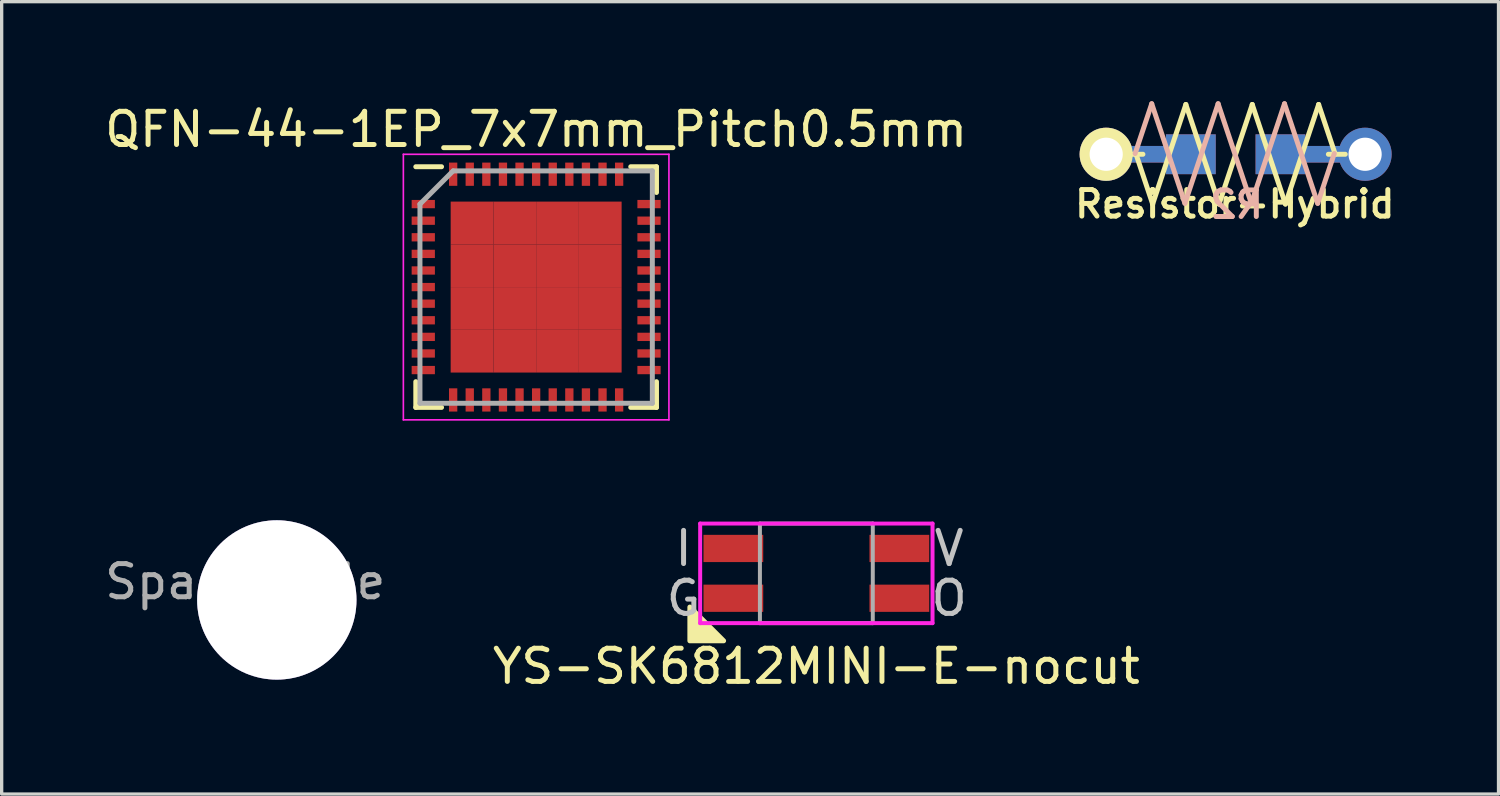
<source format=kicad_pcb>
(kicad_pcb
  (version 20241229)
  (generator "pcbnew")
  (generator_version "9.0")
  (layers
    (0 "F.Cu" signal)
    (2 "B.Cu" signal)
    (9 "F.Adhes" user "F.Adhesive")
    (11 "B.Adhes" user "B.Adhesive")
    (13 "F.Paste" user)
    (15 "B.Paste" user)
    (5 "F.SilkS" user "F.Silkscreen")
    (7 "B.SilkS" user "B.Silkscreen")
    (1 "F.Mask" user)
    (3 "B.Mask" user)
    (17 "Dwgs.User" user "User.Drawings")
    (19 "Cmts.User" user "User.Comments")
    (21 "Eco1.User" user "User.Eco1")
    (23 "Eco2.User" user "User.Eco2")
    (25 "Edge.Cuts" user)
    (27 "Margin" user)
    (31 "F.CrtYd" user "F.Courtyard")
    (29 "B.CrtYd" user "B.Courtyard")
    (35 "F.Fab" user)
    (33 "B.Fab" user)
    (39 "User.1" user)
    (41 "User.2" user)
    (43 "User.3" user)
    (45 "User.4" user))
  (footprint "Resistor-Hybrid"
    (layer "F.Cu")
    (at 34.173 1.597)
    (property "Reference" "Resistor-Hybrid" (at -0.025 1.5 0) (layer "F.SilkS") (effects (font (size 0.8 0.8) (thickness 0.15))))
    (attr smd)
    (fp_line (start -3.302 0) (end -2.794 0) (stroke (width 0.15) (type solid)) (layer "F.SilkS"))
    (fp_line (start -2.5 1.5) (end -3 0) (stroke (width 0.15) (type solid)) (layer "F.SilkS"))
    (fp_line (start -2.5 1.5) (end -1.5 -1.5) (stroke (width 0.15) (type solid)) (layer "F.SilkS"))
    (fp_line (start -0.5 1.5) (end -1.5 -1.5) (stroke (width 0.15) (type solid)) (layer "F.SilkS"))
    (fp_line (start -0.5 1.5) (end 0.5 -1.5) (stroke (width 0.15) (type solid)) (layer "F.SilkS"))
    (fp_line (start 1.5 1.5) (end 0.5 -1.5) (stroke (width 0.15) (type solid)) (layer "F.SilkS"))
    (fp_line (start 1.5 1.5) (end 2.5 -1.5) (stroke (width 0.15) (type solid)) (layer "F.SilkS"))
    (fp_line (start 2.794 0) (end 3.302 0) (stroke (width 0.15) (type solid)) (layer "F.SilkS"))
    (fp_line (start 3 0) (end 2.5 -1.5) (stroke (width 0.15) (type solid)) (layer "F.SilkS"))
    (fp_line (start -2.528 -1.522) (end -3.028 -0.022) (stroke (width 0.15) (type solid)) (layer "B.SilkS"))
    (fp_line (start -2.528 -1.522) (end -1.528 1.478) (stroke (width 0.15) (type solid)) (layer "B.SilkS"))
    (fp_line (start -0.528 -1.522) (end -1.528 1.478) (stroke (width 0.15) (type solid)) (layer "B.SilkS"))
    (fp_line (start -0.528 -1.522) (end 0.472 1.478) (stroke (width 0.15) (type solid)) (layer "B.SilkS"))
    (fp_line (start 1.472 -1.522) (end 0.472 1.478) (stroke (width 0.15) (type solid)) (layer "B.SilkS"))
    (fp_line (start 1.472 -1.522) (end 2.472 1.478) (stroke (width 0.15) (type solid)) (layer "B.SilkS"))
    (fp_line (start 2.972 -0.022) (end 2.472 1.478) (stroke (width 0.15) (type solid)) (layer "B.SilkS"))
    (fp_text user "R2" (at 0.032 1.512 180) (layer "B.SilkS") (effects (font (size 0.8 0.8) (thickness 0.15)) (justify mirror)))
    (pad "1" smd rect (at 1.35 0) (size 1.5 1.2) (layers "F.Cu" "F.Mask" "F.Paste"))
    (pad "1" smd rect (at 1.35 0) (size 1.5 1.2) (layers "B.Cu" "B.Mask" "B.Paste"))
    (pad "1" smd rect (at 2.5 0) (size 2.9 0.5) (layers "F.Cu"))
    (pad "1" smd rect (at 2.5 0) (size 2.9 0.5) (layers "B.Cu"))
    (pad "1" thru_hole circle (at 3.9 0) (size 1.6 1.6) (drill 1) (layers "*.Cu" "*.Mask"))
    (pad "2" thru_hole circle (at -3.9 0) (size 1.6 1.6) (drill 1) (layers "*.Cu" "*.Mask" "F.SilkS"))
    (pad "2" smd rect (at -2.5 0) (size 2.9 0.5) (layers "F.Cu"))
    (pad "2" smd rect (at -2.5 0) (size 2.9 0.5) (layers "B.Cu"))
    (pad "2" smd rect (at -1.35 0) (size 1.5 1.2) (layers "F.Cu" "F.Mask" "F.Paste"))
    (pad "2" smd rect (at -1.35 0) (size 1.5 1.2) (layers "B.Cu" "B.Mask" "B.Paste")))
  (footprint "SpacerHole"
    (layer "F.Cu")
    (at 5.289 15.023)
    (property "Reference" "SpacerHole" (at -0.95 -0.55 0) (layer "F.Fab") (effects (font (size 1 1) (thickness 0.15))))
    (attr exclude_from_pos_files exclude_from_bom)
    (pad "" thru_hole circle (at 0 0) (size 4.8 4.8) (drill 4.8) (layers "*.Cu" "*.Mask")))
  (footprint "YS-SK6812MINI-E-nocut"
    (layer "F.Cu")
    (at 21.542 14.222)
    (property "Reference" "YS-SK6812MINI-E-nocut" (at 0 2.8 0) (layer "F.SilkS") (effects (font (size 1 1) (thickness 0.15))))
    (attr through_hole)
    (fp_poly (pts (xy -3.81 1.016) (xy -2.794 2.032) (xy -3.81 2.032)) (stroke (width 0.15) (type solid)) (fill yes) (layer "F.SilkS"))
    (fp_line (start -3.5 -1.5) (end -3.5 1.5) (stroke (width 0.12) (type solid)) (layer "F.CrtYd"))
    (fp_line (start -3.5 1.5) (end 3.5 1.5) (stroke (width 0.12) (type solid)) (layer "F.CrtYd"))
    (fp_line (start 3.5 -1.5) (end -3.5 -1.5) (stroke (width 0.12) (type solid)) (layer "F.CrtYd"))
    (fp_line (start 3.5 1.5) (end 3.5 -1.5) (stroke (width 0.12) (type solid)) (layer "F.CrtYd"))
    (fp_line (start -1.7 -1.5) (end -1.7 1.5) (stroke (width 0.12) (type solid)) (layer "F.Fab"))
    (fp_line (start -1.7 1.5) (end 1.7 1.5) (stroke (width 0.12) (type solid)) (layer "F.Fab"))
    (fp_line (start 1.7 -1.5) (end -1.7 -1.5) (stroke (width 0.12) (type solid)) (layer "F.Fab"))
    (fp_line (start 1.7 1.5) (end 1.7 -1.5) (stroke (width 0.12) (type solid)) (layer "F.Fab"))
    (fp_text user "O" (at 4 0.75 0) (layer "Dwgs.User") (effects (font (size 1 1) (thickness 0.15))))
    (fp_text user "I" (at -4 -0.75 0) (layer "Dwgs.User") (effects (font (size 1 1) (thickness 0.15))))
    (fp_text user "V" (at 4 -0.75 0) (layer "Dwgs.User") (effects (font (size 1 1) (thickness 0.15))))
    (fp_text user "G" (at -4 0.75 0) (layer "Dwgs.User") (effects (font (size 1 1) (thickness 0.15))))
    (pad "1" smd rect (at 2.5 -0.75) (size 1.8 0.82) (layers "F.Cu" "F.Mask" "F.Paste"))
    (pad "2" smd rect (at 2.5 0.75) (size 1.8 0.82) (layers "F.Cu" "F.Mask" "F.Paste"))
    (pad "3" smd rect (at -2.5 0.75) (size 1.8 0.82) (layers "F.Cu" "F.Mask" "F.Paste"))
    (pad "4" smd rect (at -2.5 -0.75) (size 1.8 0.82) (layers "F.Cu" "F.Mask" "F.Paste")))
  (footprint "QFN-44-1EP_7x7mm_Pitch0.5mm"
    (layer "F.Cu")
    (at 13.101 5.598)
    (property "Reference" "QFN-44-1EP_7x7mm_Pitch0.5mm" (at 0 -4.75 0) (layer "F.SilkS") (effects (font (size 1 1) (thickness 0.15))))
    (attr smd)
    (fp_line (start -3.625 -3.625) (end -2.85 -3.625) (stroke (width 0.15) (type solid)) (layer "F.SilkS"))
    (fp_line (start -3.625 3.625) (end -3.625 2.85) (stroke (width 0.15) (type solid)) (layer "F.SilkS"))
    (fp_line (start -3.625 3.625) (end -2.85 3.625) (stroke (width 0.15) (type solid)) (layer "F.SilkS"))
    (fp_line (start 3.625 -3.625) (end 2.85 -3.625) (stroke (width 0.15) (type solid)) (layer "F.SilkS"))
    (fp_line (start 3.625 -3.625) (end 3.625 -2.85) (stroke (width 0.15) (type solid)) (layer "F.SilkS"))
    (fp_line (start 3.625 3.625) (end 2.85 3.625) (stroke (width 0.15) (type solid)) (layer "F.SilkS"))
    (fp_line (start 3.625 3.625) (end 3.625 2.85) (stroke (width 0.15) (type solid)) (layer "F.SilkS"))
    (fp_line (start -4 -4) (end -4 4) (stroke (width 0.05) (type solid)) (layer "F.CrtYd"))
    (fp_line (start -4 -4) (end 4 -4) (stroke (width 0.05) (type solid)) (layer "F.CrtYd"))
    (fp_line (start -4 4) (end 4 4) (stroke (width 0.05) (type solid)) (layer "F.CrtYd"))
    (fp_line (start 4 -4) (end 4 4) (stroke (width 0.05) (type solid)) (layer "F.CrtYd"))
    (fp_line (start -3.5 -2.5) (end -2.5 -3.5) (stroke (width 0.15) (type solid)) (layer "F.Fab"))
    (fp_line (start -3.5 3.5) (end -3.5 -2.5) (stroke (width 0.15) (type solid)) (layer "F.Fab"))
    (fp_line (start -2.5 -3.5) (end 3.5 -3.5) (stroke (width 0.15) (type solid)) (layer "F.Fab"))
    (fp_line (start 3.5 -3.5) (end 3.5 3.5) (stroke (width 0.15) (type solid)) (layer "F.Fab"))
    (fp_line (start 3.5 3.5) (end -3.5 3.5) (stroke (width 0.15) (type solid)) (layer "F.Fab"))
    (pad "1" smd rect (at -3.4 -2.5) (size 0.7 0.25) (layers "F.Cu" "F.Mask" "F.Paste"))
    (pad "2" smd rect (at -3.4 -2) (size 0.7 0.25) (layers "F.Cu" "F.Mask" "F.Paste"))
    (pad "3" smd rect (at -3.4 -1.5) (size 0.7 0.25) (layers "F.Cu" "F.Mask" "F.Paste"))
    (pad "4" smd rect (at -3.4 -1) (size 0.7 0.25) (layers "F.Cu" "F.Mask" "F.Paste"))
    (pad "5" smd rect (at -3.4 -0.5) (size 0.7 0.25) (layers "F.Cu" "F.Mask" "F.Paste"))
    (pad "6" smd rect (at -3.4 0) (size 0.7 0.25) (layers "F.Cu" "F.Mask" "F.Paste"))
    (pad "7" smd rect (at -3.4 0.5) (size 0.7 0.25) (layers "F.Cu" "F.Mask" "F.Paste"))
    (pad "8" smd rect (at -3.4 1) (size 0.7 0.25) (layers "F.Cu" "F.Mask" "F.Paste"))
    (pad "9" smd rect (at -3.4 1.5) (size 0.7 0.25) (layers "F.Cu" "F.Mask" "F.Paste"))
    (pad "10" smd rect (at -3.4 2) (size 0.7 0.25) (layers "F.Cu" "F.Mask" "F.Paste"))
    (pad "11" smd rect (at -3.4 2.5) (size 0.7 0.25) (layers "F.Cu" "F.Mask" "F.Paste"))
    (pad "12" smd rect (at -2.5 3.4 90) (size 0.7 0.25) (layers "F.Cu" "F.Mask" "F.Paste"))
    (pad "13" smd rect (at -2 3.4 90) (size 0.7 0.25) (layers "F.Cu" "F.Mask" "F.Paste"))
    (pad "14" smd rect (at -1.5 3.4 90) (size 0.7 0.25) (layers "F.Cu" "F.Mask" "F.Paste"))
    (pad "15" smd rect (at -1 3.4 90) (size 0.7 0.25) (layers "F.Cu" "F.Mask" "F.Paste"))
    (pad "16" smd rect (at -0.5 3.4 90) (size 0.7 0.25) (layers "F.Cu" "F.Mask" "F.Paste"))
    (pad "17" smd rect (at 0 3.4 90) (size 0.7 0.25) (layers "F.Cu" "F.Mask" "F.Paste"))
    (pad "18" smd rect (at 0.5 3.4 90) (size 0.7 0.25) (layers "F.Cu" "F.Mask" "F.Paste"))
    (pad "19" smd rect (at 1 3.4 90) (size 0.7 0.25) (layers "F.Cu" "F.Mask" "F.Paste"))
    (pad "20" smd rect (at 1.5 3.4 90) (size 0.7 0.25) (layers "F.Cu" "F.Mask" "F.Paste"))
    (pad "21" smd rect (at 2 3.4 90) (size 0.7 0.25) (layers "F.Cu" "F.Mask" "F.Paste"))
    (pad "22" smd rect (at 2.5 3.4 90) (size 0.7 0.25) (layers "F.Cu" "F.Mask" "F.Paste"))
    (pad "23" smd rect (at 3.4 2.5) (size 0.7 0.25) (layers "F.Cu" "F.Mask" "F.Paste"))
    (pad "24" smd rect (at 3.4 2) (size 0.7 0.25) (layers "F.Cu" "F.Mask" "F.Paste"))
    (pad "25" smd rect (at 3.4 1.5) (size 0.7 0.25) (layers "F.Cu" "F.Mask" "F.Paste"))
    (pad "26" smd rect (at 3.4 1) (size 0.7 0.25) (layers "F.Cu" "F.Mask" "F.Paste"))
    (pad "27" smd rect (at 3.4 0.5) (size 0.7 0.25) (layers "F.Cu" "F.Mask" "F.Paste"))
    (pad "28" smd rect (at 3.4 0) (size 0.7 0.25) (layers "F.Cu" "F.Mask" "F.Paste"))
    (pad "29" smd rect (at 3.4 -0.5) (size 0.7 0.25) (layers "F.Cu" "F.Mask" "F.Paste"))
    (pad "30" smd rect (at 3.4 -1) (size 0.7 0.25) (layers "F.Cu" "F.Mask" "F.Paste"))
    (pad "31" smd rect (at 3.4 -1.5) (size 0.7 0.25) (layers "F.Cu" "F.Mask" "F.Paste"))
    (pad "32" smd rect (at 3.4 -2) (size 0.7 0.25) (layers "F.Cu" "F.Mask" "F.Paste"))
    (pad "33" smd rect (at 3.4 -2.5) (size 0.7 0.25) (layers "F.Cu" "F.Mask" "F.Paste"))
    (pad "34" smd rect (at 2.5 -3.4 90) (size 0.7 0.25) (layers "F.Cu" "F.Mask" "F.Paste"))
    (pad "35" smd rect (at 2 -3.4 90) (size 0.7 0.25) (layers "F.Cu" "F.Mask" "F.Paste"))
    (pad "36" smd rect (at 1.5 -3.4 90) (size 0.7 0.25) (layers "F.Cu" "F.Mask" "F.Paste"))
    (pad "37" smd rect (at 1 -3.4 90) (size 0.7 0.25) (layers "F.Cu" "F.Mask" "F.Paste"))
    (pad "38" smd rect (at 0.5 -3.4 90) (size 0.7 0.25) (layers "F.Cu" "F.Mask" "F.Paste"))
    (pad "39" smd rect (at 0 -3.4 90) (size 0.7 0.25) (layers "F.Cu" "F.Mask" "F.Paste"))
    (pad "40" smd rect (at -0.5 -3.4 90) (size 0.7 0.25) (layers "F.Cu" "F.Mask" "F.Paste"))
    (pad "41" smd rect (at -1 -3.4 90) (size 0.7 0.25) (layers "F.Cu" "F.Mask" "F.Paste"))
    (pad "42" smd rect (at -1.5 -3.4 90) (size 0.7 0.25) (layers "F.Cu" "F.Mask" "F.Paste"))
    (pad "43" smd rect (at -2 -3.4 90) (size 0.7 0.25) (layers "F.Cu" "F.Mask" "F.Paste"))
    (pad "44" smd rect (at -2.5 -3.4 90) (size 0.7 0.25) (layers "F.Cu" "F.Mask" "F.Paste"))
    (pad "45" smd rect (at -1.931 -1.931) (size 1.288 1.288) (layers "F.Cu" "F.Mask" "F.Paste"))
    (pad "45" smd rect (at -1.931 -0.644) (size 1.288 1.288) (layers "F.Cu" "F.Mask" "F.Paste"))
    (pad "45" smd rect (at -1.931 0.644) (size 1.288 1.288) (layers "F.Cu" "F.Mask" "F.Paste"))
    (pad "45" smd rect (at -1.931 1.931) (size 1.288 1.288) (layers "F.Cu" "F.Mask" "F.Paste"))
    (pad "45" smd rect (at -0.644 -1.931) (size 1.288 1.288) (layers "F.Cu" "F.Mask" "F.Paste"))
    (pad "45" smd rect (at -0.644 -0.644) (size 1.288 1.288) (layers "F.Cu" "F.Mask" "F.Paste"))
    (pad "45" smd rect (at -0.644 0.644) (size 1.288 1.288) (layers "F.Cu" "F.Mask" "F.Paste"))
    (pad "45" smd rect (at -0.644 1.931) (size 1.288 1.288) (layers "F.Cu" "F.Mask" "F.Paste"))
    (pad "45" smd rect (at 0.644 -1.931) (size 1.288 1.288) (layers "F.Cu" "F.Mask" "F.Paste"))
    (pad "45" smd rect (at 0.644 -0.644) (size 1.288 1.288) (layers "F.Cu" "F.Mask" "F.Paste"))
    (pad "45" smd rect (at 0.644 0.644) (size 1.288 1.288) (layers "F.Cu" "F.Mask" "F.Paste"))
    (pad "45" smd rect (at 0.644 1.931) (size 1.288 1.288) (layers "F.Cu" "F.Mask" "F.Paste"))
    (pad "45" smd rect (at 1.931 -1.931) (size 1.288 1.288) (layers "F.Cu" "F.Mask" "F.Paste"))
    (pad "45" smd rect (at 1.931 -0.644) (size 1.288 1.288) (layers "F.Cu" "F.Mask" "F.Paste"))
    (pad "45" smd rect (at 1.931 0.644) (size 1.288 1.288) (layers "F.Cu" "F.Mask" "F.Paste"))
    (pad "45" smd rect (at 1.931 1.931) (size 1.288 1.288) (layers "F.Cu" "F.Mask" "F.Paste")))
  (gr_rect
    (start -3 -3)
    (end 42.092 20.87)
    (stroke (width 0.1) (type default))
    (fill no)
    (layer "Edge.Cuts")))
</source>
